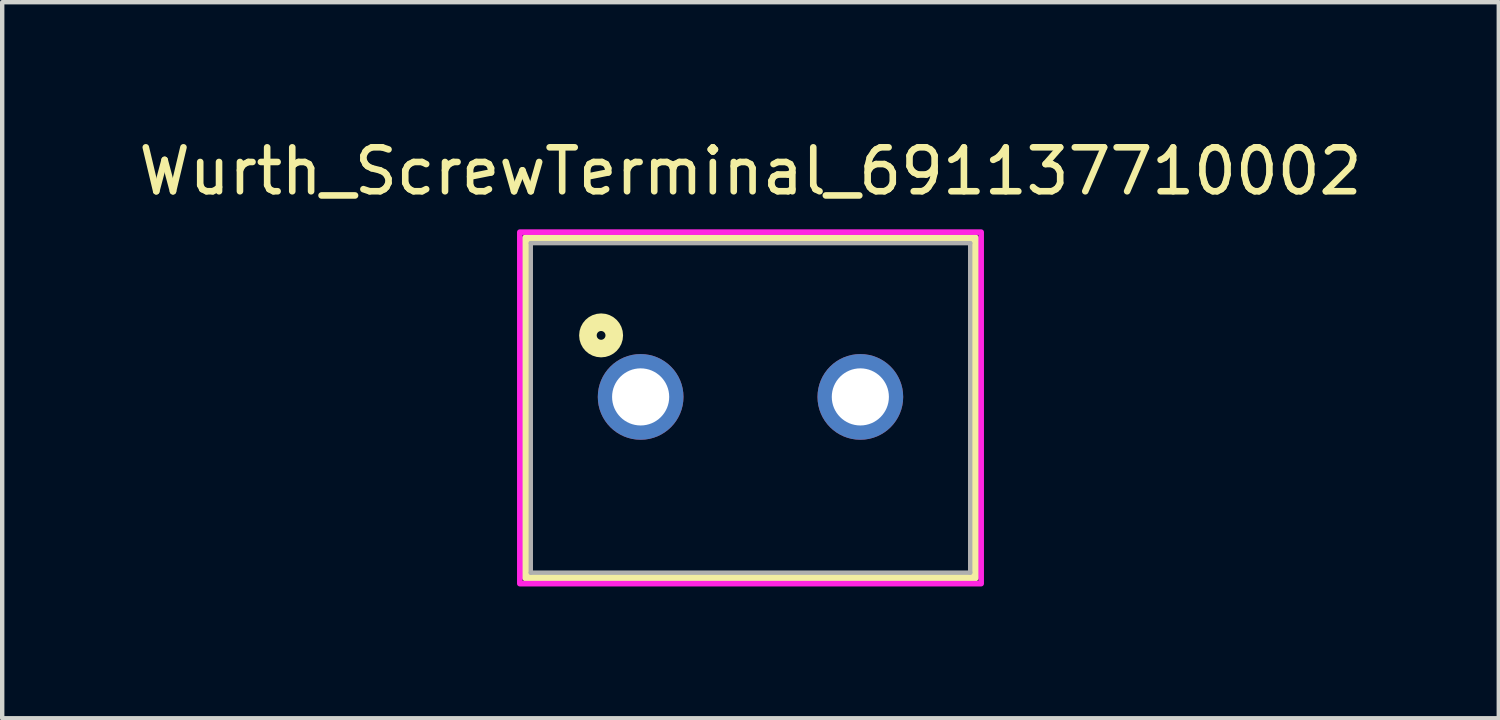
<source format=kicad_pcb>
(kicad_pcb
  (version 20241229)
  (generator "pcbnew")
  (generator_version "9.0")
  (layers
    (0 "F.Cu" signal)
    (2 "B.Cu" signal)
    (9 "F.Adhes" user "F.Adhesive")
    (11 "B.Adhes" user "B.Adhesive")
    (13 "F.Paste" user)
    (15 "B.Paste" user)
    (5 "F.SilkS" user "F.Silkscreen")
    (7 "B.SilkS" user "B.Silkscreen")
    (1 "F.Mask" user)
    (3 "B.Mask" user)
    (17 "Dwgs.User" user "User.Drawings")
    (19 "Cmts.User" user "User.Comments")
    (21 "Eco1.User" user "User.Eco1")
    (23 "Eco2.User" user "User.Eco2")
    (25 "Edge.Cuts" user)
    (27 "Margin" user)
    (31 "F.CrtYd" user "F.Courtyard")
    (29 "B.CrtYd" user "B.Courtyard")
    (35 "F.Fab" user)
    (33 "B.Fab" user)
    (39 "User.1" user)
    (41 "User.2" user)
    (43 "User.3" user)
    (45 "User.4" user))
  (footprint "Wurth_ScrewTerminal_691137710002"
    (layer "F.Cu")
    (at 14.03 5.983)
    (property "Reference" "Wurth_ScrewTerminal_691137710002" (at 0 -5.135 0) (layer "F.SilkS") (effects (font (size 1 1) (thickness 0.15))))
    (attr through_hole)
    (fp_line (start -5.1 -3.6) (end 5.1 -3.6) (stroke (width 0.2) (type solid)) (layer "F.SilkS"))
    (fp_line (start -5.1 4.1) (end -5.1 -3.6) (stroke (width 0.2) (type solid)) (layer "F.SilkS"))
    (fp_line (start 5.1 -3.6) (end 5.1 4.1) (stroke (width 0.2) (type solid)) (layer "F.SilkS"))
    (fp_line (start 5.1 4.1) (end -5.1 4.1) (stroke (width 0.2) (type solid)) (layer "F.SilkS"))
    (fp_circle (center -3.4 -1.4) (end -3.3 -1.4) (stroke (width 0.4) (type solid)) (fill no) (layer "F.SilkS"))
    (fp_poly (pts (xy -5.25 -3.75) (xy 5.25 -3.75) (xy 5.25 4.25) (xy -5.25 4.25)) (stroke (width 0.127) (type solid)) (fill no) (layer "F.CrtYd"))
    (fp_line (start -5 -3.5) (end 5 -3.5) (stroke (width 0.1) (type solid)) (layer "F.Fab"))
    (fp_line (start -5 4) (end -5 -3.5) (stroke (width 0.1) (type solid)) (layer "F.Fab"))
    (fp_line (start 5 -3.5) (end 5 4) (stroke (width 0.1) (type solid)) (layer "F.Fab"))
    (fp_line (start 5 4) (end -5 4) (stroke (width 0.1) (type solid)) (layer "F.Fab"))
    (pad "1" thru_hole circle (at -2.5 0) (size 1.95 1.95) (drill 1.3) (layers "*.Cu" "*.Mask"))
    (pad "2" thru_hole circle (at 2.5 0) (size 1.95 1.95) (drill 1.3) (layers "*.Cu" "*.Mask")))
  (gr_rect
    (start -3 -3)
    (end 31.06 13.297)
    (stroke (width 0.1) (type default))
    (fill no)
    (layer "Edge.Cuts")))
</source>
